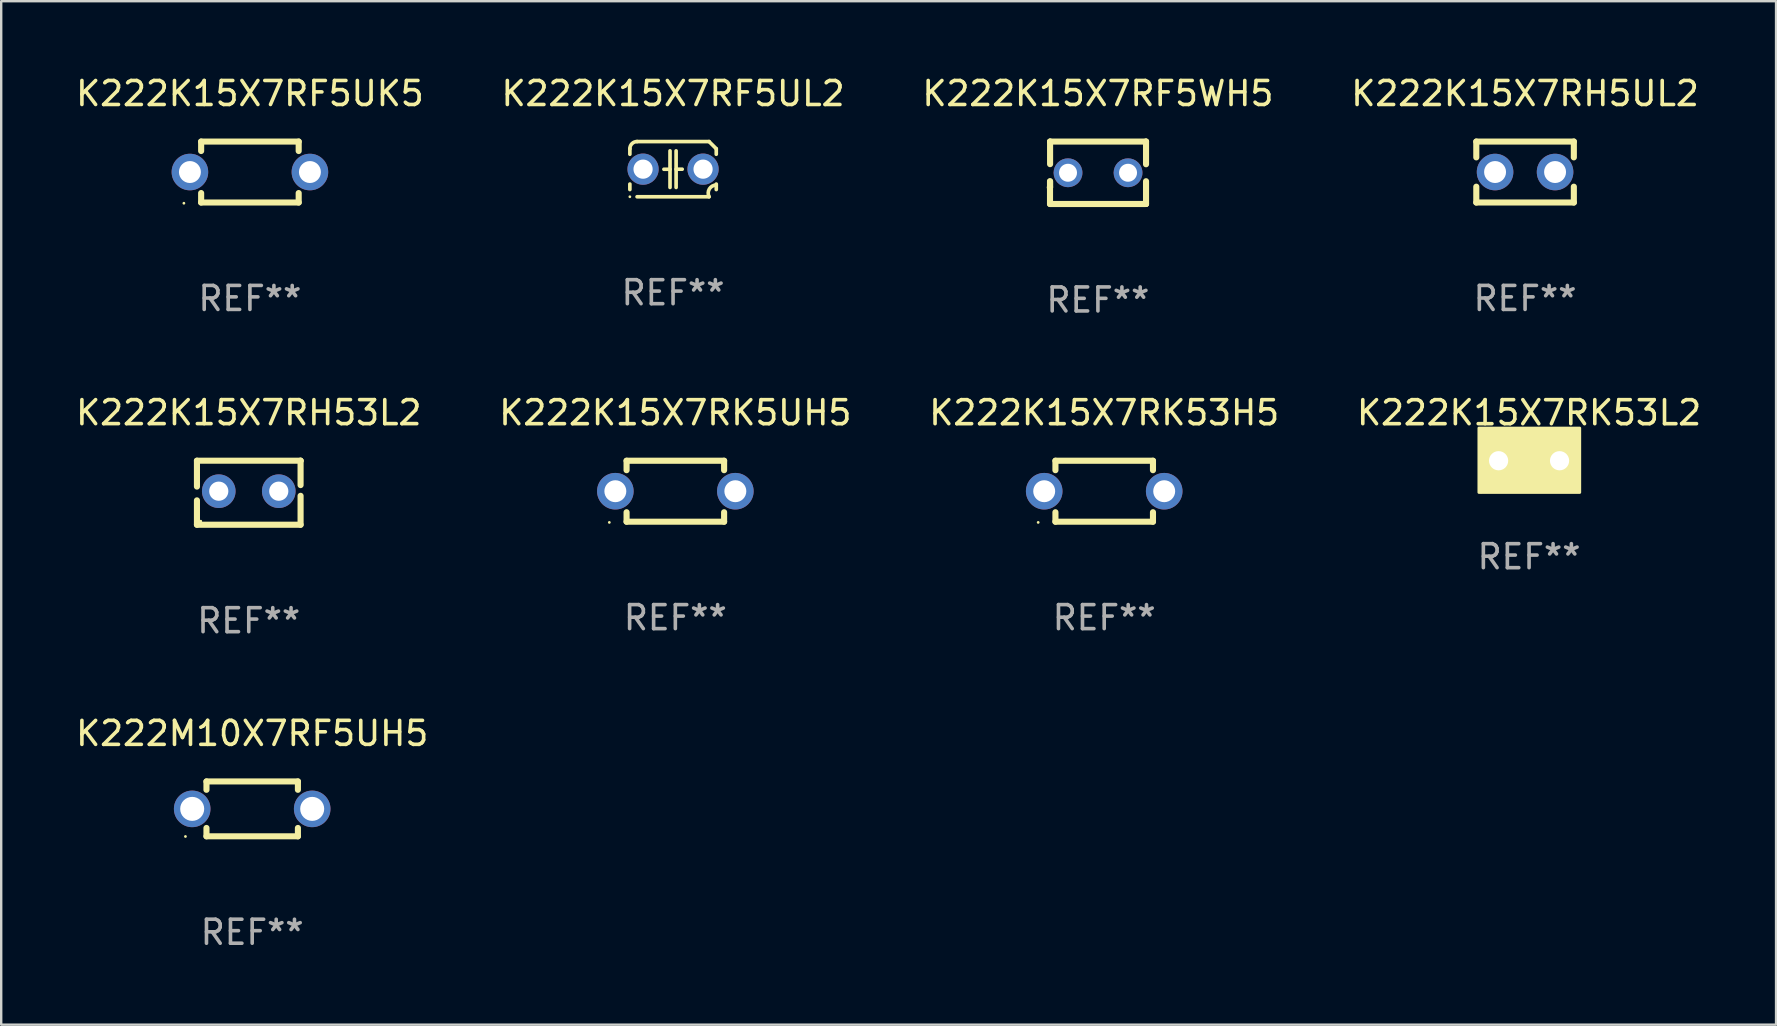
<source format=kicad_pcb>
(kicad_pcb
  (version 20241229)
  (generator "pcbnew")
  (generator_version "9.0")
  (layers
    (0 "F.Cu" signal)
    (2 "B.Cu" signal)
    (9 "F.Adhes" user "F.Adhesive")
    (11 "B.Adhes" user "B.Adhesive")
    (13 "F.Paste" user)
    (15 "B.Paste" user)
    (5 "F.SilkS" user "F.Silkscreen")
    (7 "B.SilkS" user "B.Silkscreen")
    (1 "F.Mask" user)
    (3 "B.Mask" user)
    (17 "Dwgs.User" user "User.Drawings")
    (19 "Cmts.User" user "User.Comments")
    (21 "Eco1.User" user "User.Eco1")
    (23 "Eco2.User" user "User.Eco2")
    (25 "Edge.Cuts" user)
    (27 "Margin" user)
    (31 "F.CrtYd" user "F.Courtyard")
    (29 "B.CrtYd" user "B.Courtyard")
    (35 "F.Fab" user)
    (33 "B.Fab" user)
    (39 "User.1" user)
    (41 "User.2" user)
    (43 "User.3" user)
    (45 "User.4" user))
  (footprint "K222K15X7RF5WH5"
    (layer "F.Cu")
    (at 42.696 4.149)
    (property "Reference" "K222K15X7RF5WH5" (at 0 -3.301 0) (layer "F.SilkS") (effects (font (size 1 1) (thickness 0.15))))
    (attr through_hole)
    (fp_line (start -1.996 0.354) (end -1.996 1.301) (stroke (width 0.254) (type solid)) (layer "F.SilkS"))
    (fp_line (start -1.996 1.301) (end 2.002 1.301) (stroke (width 0.254) (type solid)) (layer "F.SilkS"))
    (fp_line (start -1.993 -1.299) (end -1.993 -0.36) (stroke (width 0.254) (type solid)) (layer "F.SilkS"))
    (fp_line (start -1.993 0.358) (end -1.993 0.599) (stroke (width 0.254) (type solid)) (layer "F.SilkS"))
    (fp_line (start -1.993 0.599) (end -2.005 0.61) (stroke (width 0.254) (type solid)) (layer "F.SilkS"))
    (fp_line (start -1.992 -1.301) (end -1.993 -1.299) (stroke (width 0.254) (type solid)) (layer "F.SilkS"))
    (fp_line (start 2.002 1.301) (end 2.005 1.298) (stroke (width 0.254) (type solid)) (layer "F.SilkS"))
    (fp_line (start 2.003 -1.301) (end -1.992 -1.301) (stroke (width 0.254) (type solid)) (layer "F.SilkS"))
    (fp_line (start 2.005 -1.299) (end 2.003 -1.301) (stroke (width 0.254) (type solid)) (layer "F.SilkS"))
    (fp_line (start 2.005 -0.355) (end 2.005 -1.299) (stroke (width 0.254) (type solid)) (layer "F.SilkS"))
    (fp_line (start 2.005 1.298) (end 2.005 0.352) (stroke (width 0.254) (type solid)) (layer "F.SilkS"))
    (fp_circle (center -1.996 1.299) (end -1.966 1.299) (stroke (width 0.06) (type solid)) (fill no) (layer "F.SilkS"))
    (fp_text user "REF**" (at 0 5.301 0) (layer "F.Fab") (effects (font (size 1 1) (thickness 0.15))))
    (pad "1" thru_hole circle (at -1.246 -0.001) (size 1.2 1.2) (drill 0.75) (layers "*.Cu" "*.Mask"))
    (pad "2" thru_hole circle (at 1.255 -0.001) (size 1.2 1.2) (drill 0.75) (layers "*.Cu" "*.Mask")))
  (footprint "K222M10X7RF5UH5"
    (layer "F.Cu")
    (at 7.458 30.653)
    (property "Reference" "K222M10X7RF5UH5" (at 0 -3.143 0) (layer "F.SilkS") (effects (font (size 1 1) (thickness 0.15))))
    (attr through_hole)
    (fp_line (start -1.905 -1.143) (end 1.905 -1.143) (stroke (width 0.254) (type solid)) (layer "F.SilkS"))
    (fp_line (start -1.905 -0.795) (end -1.905 -1.143) (stroke (width 0.254) (type solid)) (layer "F.SilkS"))
    (fp_line (start -1.905 1.143) (end -1.905 0.795) (stroke (width 0.254) (type solid)) (layer "F.SilkS"))
    (fp_line (start 1.905 -1.143) (end 1.905 -0.795) (stroke (width 0.254) (type solid)) (layer "F.SilkS"))
    (fp_line (start 1.905 0.795) (end 1.905 1.143) (stroke (width 0.254) (type solid)) (layer "F.SilkS"))
    (fp_line (start 1.905 1.143) (end -1.905 1.143) (stroke (width 0.254) (type solid)) (layer "F.SilkS"))
    (fp_circle (center -2.781 1.15) (end -2.751 1.15) (stroke (width 0.06) (type solid)) (fill no) (layer "F.SilkS"))
    (fp_text user "REF**" (at 0 5.143 0) (layer "F.Fab") (effects (font (size 1 1) (thickness 0.15))))
    (pad "1" thru_hole circle (at -2.5 0) (size 1.524 1.524) (drill 1) (layers "*.Cu" "*.Mask"))
    (pad "2" thru_hole circle (at 2.5 0) (size 1.524 1.524) (drill 1) (layers "*.Cu" "*.Mask")))
  (footprint "K222K15X7RH5UL2"
    (layer "F.Cu")
    (at 60.494 4.118)
    (property "Reference" "K222K15X7RH5UL2" (at 0 -3.27 0) (layer "F.SilkS") (effects (font (size 1 1) (thickness 0.15))))
    (attr through_hole)
    (fp_line (start -2.032 -1.27) (end -2.032 -0.611) (stroke (width 0.254) (type solid)) (layer "F.SilkS"))
    (fp_line (start -2.032 0.611) (end -2.032 1.27) (stroke (width 0.254) (type solid)) (layer "F.SilkS"))
    (fp_line (start -2.032 1.27) (end 2.032 1.27) (stroke (width 0.254) (type solid)) (layer "F.SilkS"))
    (fp_line (start 2.032 -1.27) (end -2.032 -1.27) (stroke (width 0.254) (type solid)) (layer "F.SilkS"))
    (fp_line (start 2.032 -0.611) (end 2.032 -1.27) (stroke (width 0.254) (type solid)) (layer "F.SilkS"))
    (fp_line (start 2.032 1.27) (end 2.032 0.611) (stroke (width 0.254) (type solid)) (layer "F.SilkS"))
    (fp_circle (center -2 1.3) (end -1.97 1.3) (stroke (width 0.06) (type solid)) (fill no) (layer "F.SilkS"))
    (fp_text user "REF**" (at 0 5.27 0) (layer "F.Fab") (effects (font (size 1 1) (thickness 0.15))))
    (pad "1" thru_hole circle (at -1.25 0) (size 1.524 1.524) (drill 0.914) (layers "*.Cu" "*.Mask"))
    (pad "2" thru_hole circle (at 1.25 0) (size 1.524 1.524) (drill 0.914) (layers "*.Cu" "*.Mask")))
  (footprint "K222K15X7RF5UK5"
    (layer "F.Cu")
    (at 7.363 4.118)
    (property "Reference" "K222K15X7RF5UK5" (at 0 -3.27 0) (layer "F.SilkS") (effects (font (size 1 1) (thickness 0.15))))
    (attr through_hole)
    (fp_line (start -2.032 -1.27) (end -2.032 -0.876) (stroke (width 0.254) (type solid)) (layer "F.SilkS"))
    (fp_line (start -2.032 0.876) (end -2.032 1.27) (stroke (width 0.254) (type solid)) (layer "F.SilkS"))
    (fp_line (start -2.032 1.27) (end 2.032 1.27) (stroke (width 0.254) (type solid)) (layer "F.SilkS"))
    (fp_line (start 2.032 -1.27) (end -2.032 -1.27) (stroke (width 0.254) (type solid)) (layer "F.SilkS"))
    (fp_line (start 2.032 -0.876) (end 2.032 -1.27) (stroke (width 0.254) (type solid)) (layer "F.SilkS"))
    (fp_line (start 2.032 1.27) (end 2.032 0.876) (stroke (width 0.254) (type solid)) (layer "F.SilkS"))
    (fp_circle (center -2.751 1.3) (end -2.721 1.3) (stroke (width 0.06) (type solid)) (fill no) (layer "F.SilkS"))
    (fp_text user "REF**" (at 0 5.27 0) (layer "F.Fab") (effects (font (size 1 1) (thickness 0.15))))
    (pad "1" thru_hole circle (at -2.5 0) (size 1.524 1.524) (drill 0.914) (layers "*.Cu" "*.Mask"))
    (pad "2" thru_hole circle (at 2.5 0) (size 1.524 1.524) (drill 0.914) (layers "*.Cu" "*.Mask")))
  (footprint "K222K15X7RK5UH5"
    (layer "F.Cu")
    (at 25.089 17.417)
    (property "Reference" "K222K15X7RK5UH5" (at 0 -3.27 0) (layer "F.SilkS") (effects (font (size 1 1) (thickness 0.15))))
    (attr through_hole)
    (fp_line (start -2.032 -1.27) (end -2.032 -0.876) (stroke (width 0.254) (type solid)) (layer "F.SilkS"))
    (fp_line (start -2.032 0.876) (end -2.032 1.27) (stroke (width 0.254) (type solid)) (layer "F.SilkS"))
    (fp_line (start -2.032 1.27) (end 2.032 1.27) (stroke (width 0.254) (type solid)) (layer "F.SilkS"))
    (fp_line (start 2.032 -1.27) (end -2.032 -1.27) (stroke (width 0.254) (type solid)) (layer "F.SilkS"))
    (fp_line (start 2.032 -0.876) (end 2.032 -1.27) (stroke (width 0.254) (type solid)) (layer "F.SilkS"))
    (fp_line (start 2.032 1.27) (end 2.032 0.876) (stroke (width 0.254) (type solid)) (layer "F.SilkS"))
    (fp_circle (center -2.751 1.3) (end -2.721 1.3) (stroke (width 0.06) (type solid)) (fill no) (layer "F.SilkS"))
    (fp_text user "REF**" (at 0 5.27 0) (layer "F.Fab") (effects (font (size 1 1) (thickness 0.15))))
    (pad "1" thru_hole circle (at -2.5 0) (size 1.524 1.524) (drill 0.914) (layers "*.Cu" "*.Mask"))
    (pad "2" thru_hole circle (at 2.5 0) (size 1.524 1.524) (drill 0.914) (layers "*.Cu" "*.Mask")))
  (footprint "K222K15X7RK53L2"
    (layer "F.Cu")
    (at 60.661 16.147)
    (property "Reference" "K222K15X7RK53L2" (at 0 -2 0) (layer "F.SilkS") (effects (font (size 1 1) (thickness 0.15))))
    (attr through_hole)
    (fp_circle (center -2 1.3) (end -1.97 1.3) (stroke (width 0.06) (type solid)) (fill no) (layer "F.SilkS"))
    (fp_poly (pts (xy -2.09 -1.36) (xy 2.11 -1.36) (xy 2.11 1.32) (xy -2.09 1.32)) (stroke (width 0.12) (type solid)) (fill yes) (layer "F.SilkS"))
    (fp_text user "REF**" (at 0 4 0) (layer "F.Fab") (effects (font (size 1 1) (thickness 0.15))))
    (pad "1" thru_hole circle (at -1.27 0) (size 1.4 1.4) (drill 0.8) (layers "*.Cu" "*.Mask"))
    (pad "2" thru_hole circle (at 1.27 0) (size 1.4 1.4) (drill 0.8) (layers "*.Cu" "*.Mask")))
  (footprint "K222K15X7RF5UL2"
    (layer "F.Cu")
    (at 24.994 3.998)
    (property "Reference" "K222K15X7RF5UL2" (at 0 -3.15 0) (layer "F.SilkS") (effects (font (size 1 1) (thickness 0.15))))
    (attr through_hole)
    (fp_line (start -1.8 -0.621) (end -1.8 -0.85) (stroke (width 0.152) (type solid)) (layer "F.SilkS"))
    (fp_line (start -1.8 0.85) (end -1.8 0.621) (stroke (width 0.152) (type solid)) (layer "F.SilkS"))
    (fp_line (start -1.5 -1.15) (end 1.5 -1.15) (stroke (width 0.152) (type solid)) (layer "F.SilkS"))
    (fp_line (start -0.127 -0.762) (end -0.127 0.762) (stroke (width 0.152) (type solid)) (layer "F.SilkS"))
    (fp_line (start -0.127 0.005) (end -0.381 0.005) (stroke (width 0.152) (type solid)) (layer "F.SilkS"))
    (fp_line (start 0.127 -0.762) (end 0.127 0.762) (stroke (width 0.152) (type solid)) (layer "F.SilkS"))
    (fp_line (start 0.127 0.002) (end 0.381 0.002) (stroke (width 0.152) (type solid)) (layer "F.SilkS"))
    (fp_line (start 1.5 1.15) (end -1.5 1.15) (stroke (width 0.152) (type solid)) (layer "F.SilkS"))
    (fp_line (start 1.8 -0.85) (end 1.8 -0.621) (stroke (width 0.152) (type solid)) (layer "F.SilkS"))
    (fp_line (start 1.8 0.621) (end 1.8 0.85) (stroke (width 0.152) (type solid)) (layer "F.SilkS"))
    (fp_arc (start -1.799975 -0.849987) (mid -1.712107 -1.062119) (end -1.499975 -1.149987) (stroke (width 0.151994) (type solid)) (layer "F.SilkS"))
    (fp_arc (start 1.499975 1.149987) (mid 1.513726 0.822359) (end 1.799975 0.662387) (stroke (width 0.151994) (type solid)) (layer "F.SilkS"))
    (fp_arc (start 1.500001 -1.149986) (mid 1.650015 -1.000001) (end 1.8 -0.849987) (stroke (width 0.151994) (type solid)) (layer "F.SilkS"))
    (fp_circle (center -1.8 1.15) (end -1.77 1.15) (stroke (width 0.06) (type solid)) (fill no) (layer "F.SilkS"))
    (fp_text user "REF**" (at 0 5.15 0) (layer "F.Fab") (effects (font (size 1 1) (thickness 0.15))))
    (pad "1" thru_hole circle (at -1.25 0) (size 1.3 1.3) (drill 0.8) (layers "*.Cu" "*.Mask"))
    (pad "2" thru_hole circle (at 1.25 0) (size 1.3 1.3) (drill 0.8) (layers "*.Cu" "*.Mask")))
  (footprint "K222K15X7RK53H5"
    (layer "F.Cu")
    (at 42.958 17.417)
    (property "Reference" "K222K15X7RK53H5" (at 0 -3.27 0) (layer "F.SilkS") (effects (font (size 1 1) (thickness 0.15))))
    (attr through_hole)
    (fp_line (start -2.032 -1.27) (end -2.032 -0.876) (stroke (width 0.254) (type solid)) (layer "F.SilkS"))
    (fp_line (start -2.032 0.876) (end -2.032 1.27) (stroke (width 0.254) (type solid)) (layer "F.SilkS"))
    (fp_line (start -2.032 1.27) (end 2.032 1.27) (stroke (width 0.254) (type solid)) (layer "F.SilkS"))
    (fp_line (start 2.032 -1.27) (end -2.032 -1.27) (stroke (width 0.254) (type solid)) (layer "F.SilkS"))
    (fp_line (start 2.032 -0.876) (end 2.032 -1.27) (stroke (width 0.254) (type solid)) (layer "F.SilkS"))
    (fp_line (start 2.032 1.27) (end 2.032 0.876) (stroke (width 0.254) (type solid)) (layer "F.SilkS"))
    (fp_circle (center -2.751 1.3) (end -2.721 1.3) (stroke (width 0.06) (type solid)) (fill no) (layer "F.SilkS"))
    (fp_text user "REF**" (at 0 5.27 0) (layer "F.Fab") (effects (font (size 1 1) (thickness 0.15))))
    (pad "1" thru_hole circle (at -2.5 0) (size 1.524 1.524) (drill 0.914) (layers "*.Cu" "*.Mask"))
    (pad "2" thru_hole circle (at 2.5 0) (size 1.524 1.524) (drill 0.914) (layers "*.Cu" "*.Mask")))
  (footprint "K222K15X7RH53L2"
    (layer "F.Cu")
    (at 7.315 17.48)
    (property "Reference" "K222K15X7RH53L2" (at 0 -3.334 0) (layer "F.SilkS") (effects (font (size 1 1) (thickness 0.15))))
    (attr through_hole)
    (fp_line (start -2.159 -1.334) (end 2.159 -1.334) (stroke (width 0.254) (type solid)) (layer "F.SilkS"))
    (fp_line (start -2.159 -0.256) (end -2.159 -1.334) (stroke (width 0.254) (type solid)) (layer "F.SilkS"))
    (fp_line (start -2.159 1.334) (end -2.159 0.318) (stroke (width 0.254) (type solid)) (layer "F.SilkS"))
    (fp_line (start 2.159 -1.334) (end 2.159 -1.334) (stroke (width 0.254) (type solid)) (layer "F.SilkS"))
    (fp_line (start 2.159 -1.334) (end 2.159 -0.318) (stroke (width 0.254) (type solid)) (layer "F.SilkS"))
    (fp_line (start 2.159 0.129) (end 2.159 1.334) (stroke (width 0.254) (type solid)) (layer "F.SilkS"))
    (fp_line (start 2.159 1.334) (end -2.159 1.334) (stroke (width 0.254) (type solid)) (layer "F.SilkS"))
    (fp_circle (center -2 1.186) (end -1.97 1.186) (stroke (width 0.06) (type solid)) (fill no) (layer "F.SilkS"))
    (fp_text user "REF**" (at 0 5.334 0) (layer "F.Fab") (effects (font (size 1 1) (thickness 0.15))))
    (pad "1" thru_hole circle (at -1.25 -0.064) (size 1.4 1.4) (drill 0.8) (layers "*.Cu" "*.Mask"))
    (pad "2" thru_hole circle (at 1.25 -0.064) (size 1.4 1.4) (drill 0.8) (layers "*.Cu" "*.Mask")))
  (gr_rect
    (start -3 -3)
    (end 70.952 39.644)
    (stroke (width 0.1) (type default))
    (fill no)
    (layer "Edge.Cuts")))
</source>
